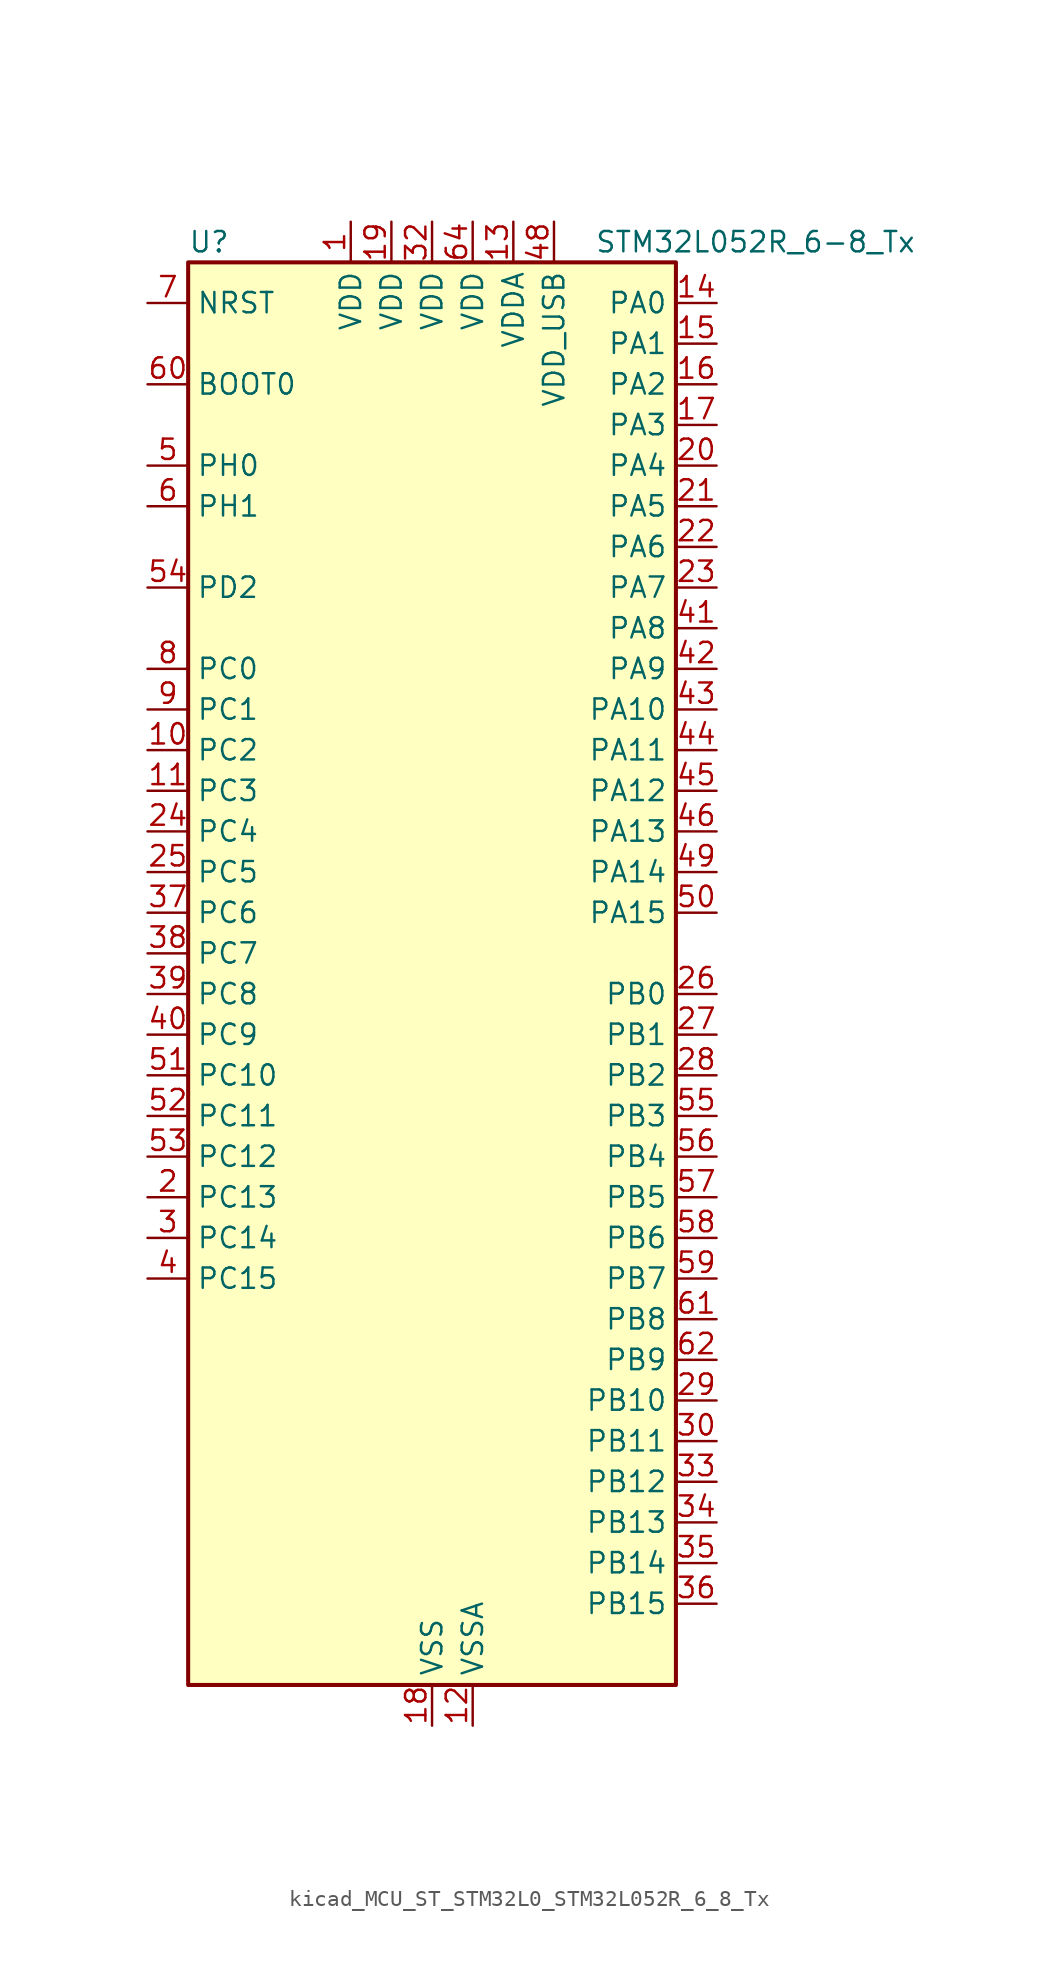
<source format=kicad_sym>
(kicad_symbol_lib
  (version 20220914)
  (generator kicad_symbol_editor)
  (symbol "kicad_MCU_ST_STM32L0_STM32L052R_6_8_Tx"
    (property "Reference" "U"
      (at -15.24 46.99 0)
      (effects (font (size 1.27 1.27)) (justify left)))
    (property "Value" "STM32L052R_6-8_Tx"
      (at 10.16 46.99 0)
      (effects (font (size 1.27 1.27)) (justify left)))
    (property "ki_locked" ""
      (at 0 0 0)
      (effects (font (size 1.27 1.27))))
    (symbol "kicad_MCU_ST_STM32L0_STM32L052R_6_8_Tx_0_1"
      (rectangle (start -15.24 -43.18) (end 15.24 45.72) (stroke (width 0.254) (type default)) (fill (type background))))
    (symbol "kicad_MCU_ST_STM32L0_STM32L052R_6_8_Tx_1_1"
      (pin power_in line (at -5.08 48.26 270) (length 2.54) (name "VDD" (effects (font (size 1.27 1.27)))) (number "1" (effects (font (size 1.27 1.27)))))
      (pin bidirectional line (at -17.78 15.24 0) (length 2.54) (name "PC2" (effects (font (size 1.27 1.27)))) (number "10" (effects (font (size 1.27 1.27)))) (alternate "ADC_IN12" bidirectional line) (alternate "I2S2_MCK" bidirectional line) (alternate "LPTIM1_IN2" bidirectional line) (alternate "SPI2_MISO" bidirectional line) (alternate "TSC_G7_IO3" bidirectional line))
      (pin bidirectional line (at -17.78 12.7 0) (length 2.54) (name "PC3" (effects (font (size 1.27 1.27)))) (number "11" (effects (font (size 1.27 1.27)))) (alternate "ADC_IN13" bidirectional line) (alternate "I2S2_SD" bidirectional line) (alternate "LPTIM1_ETR" bidirectional line) (alternate "SPI2_MOSI" bidirectional line) (alternate "TSC_G7_IO4" bidirectional line))
      (pin power_in line (at 2.54 -45.72 90) (length 2.54) (name "VSSA" (effects (font (size 1.27 1.27)))) (number "12" (effects (font (size 1.27 1.27)))))
      (pin power_in line (at 5.08 48.26 270) (length 2.54) (name "VDDA" (effects (font (size 1.27 1.27)))) (number "13" (effects (font (size 1.27 1.27)))))
      (pin bidirectional line (at 17.78 43.18 180) (length 2.54) (name "PA0" (effects (font (size 1.27 1.27)))) (number "14" (effects (font (size 1.27 1.27)))) (alternate "ADC_IN0" bidirectional line) (alternate "COMP1_INM" bidirectional line) (alternate "COMP1_OUT" bidirectional line) (alternate "RTC_TAMP2" bidirectional line) (alternate "SYS_WKUP1" bidirectional line) (alternate "TIM2_CH1" bidirectional line) (alternate "TIM2_ETR" bidirectional line) (alternate "TSC_G1_IO1" bidirectional line) (alternate "USART2_CTS" bidirectional line))
      (pin bidirectional line (at 17.78 40.64 180) (length 2.54) (name "PA1" (effects (font (size 1.27 1.27)))) (number "15" (effects (font (size 1.27 1.27)))) (alternate "ADC_IN1" bidirectional line) (alternate "COMP1_INP" bidirectional line) (alternate "TIM21_ETR" bidirectional line) (alternate "TIM2_CH2" bidirectional line) (alternate "TSC_G1_IO2" bidirectional line) (alternate "USART2_DE" bidirectional line) (alternate "USART2_RTS" bidirectional line))
      (pin bidirectional line (at 17.78 38.1 180) (length 2.54) (name "PA2" (effects (font (size 1.27 1.27)))) (number "16" (effects (font (size 1.27 1.27)))) (alternate "ADC_IN2" bidirectional line) (alternate "COMP2_INM" bidirectional line) (alternate "COMP2_OUT" bidirectional line) (alternate "TIM21_CH1" bidirectional line) (alternate "TIM2_CH3" bidirectional line) (alternate "TSC_G1_IO3" bidirectional line) (alternate "USART2_TX" bidirectional line))
      (pin bidirectional line (at 17.78 35.56 180) (length 2.54) (name "PA3" (effects (font (size 1.27 1.27)))) (number "17" (effects (font (size 1.27 1.27)))) (alternate "ADC_IN3" bidirectional line) (alternate "COMP2_INP" bidirectional line) (alternate "TIM21_CH2" bidirectional line) (alternate "TIM2_CH4" bidirectional line) (alternate "TSC_G1_IO4" bidirectional line) (alternate "USART2_RX" bidirectional line))
      (pin power_in line (at 0 -45.72 90) (length 2.54) (name "VSS" (effects (font (size 1.27 1.27)))) (number "18" (effects (font (size 1.27 1.27)))))
      (pin power_in line (at -2.54 48.26 270) (length 2.54) (name "VDD" (effects (font (size 1.27 1.27)))) (number "19" (effects (font (size 1.27 1.27)))))
      (pin bidirectional line (at -17.78 -12.7 0) (length 2.54) (name "PC13" (effects (font (size 1.27 1.27)))) (number "2" (effects (font (size 1.27 1.27)))) (alternate "RTC_OUT_ALARM" bidirectional line) (alternate "RTC_OUT_CALIB" bidirectional line) (alternate "RTC_TAMP1" bidirectional line) (alternate "RTC_TS" bidirectional line) (alternate "SYS_WKUP2" bidirectional line))
      (pin bidirectional line (at 17.78 33.02 180) (length 2.54) (name "PA4" (effects (font (size 1.27 1.27)))) (number "20" (effects (font (size 1.27 1.27)))) (alternate "ADC_IN4" bidirectional line) (alternate "COMP1_INM" bidirectional line) (alternate "COMP2_INM" bidirectional line) (alternate "DAC_OUT1" bidirectional line) (alternate "SPI1_NSS" bidirectional line) (alternate "TIM22_ETR" bidirectional line) (alternate "TSC_G2_IO1" bidirectional line) (alternate "USART2_CK" bidirectional line))
      (pin bidirectional line (at 17.78 30.48 180) (length 2.54) (name "PA5" (effects (font (size 1.27 1.27)))) (number "21" (effects (font (size 1.27 1.27)))) (alternate "ADC_IN5" bidirectional line) (alternate "COMP1_INM" bidirectional line) (alternate "COMP2_INM" bidirectional line) (alternate "SPI1_SCK" bidirectional line) (alternate "TIM2_CH1" bidirectional line) (alternate "TIM2_ETR" bidirectional line) (alternate "TSC_G2_IO2" bidirectional line))
      (pin bidirectional line (at 17.78 27.94 180) (length 2.54) (name "PA6" (effects (font (size 1.27 1.27)))) (number "22" (effects (font (size 1.27 1.27)))) (alternate "ADC_IN6" bidirectional line) (alternate "COMP1_OUT" bidirectional line) (alternate "LPUART1_CTS" bidirectional line) (alternate "SPI1_MISO" bidirectional line) (alternate "TIM22_CH1" bidirectional line) (alternate "TSC_G2_IO3" bidirectional line))
      (pin bidirectional line (at 17.78 25.4 180) (length 2.54) (name "PA7" (effects (font (size 1.27 1.27)))) (number "23" (effects (font (size 1.27 1.27)))) (alternate "ADC_IN7" bidirectional line) (alternate "COMP2_OUT" bidirectional line) (alternate "SPI1_MOSI" bidirectional line) (alternate "TIM22_CH2" bidirectional line) (alternate "TSC_G2_IO4" bidirectional line))
      (pin bidirectional line (at -17.78 10.16 0) (length 2.54) (name "PC4" (effects (font (size 1.27 1.27)))) (number "24" (effects (font (size 1.27 1.27)))) (alternate "ADC_IN14" bidirectional line) (alternate "LPUART1_TX" bidirectional line))
      (pin bidirectional line (at -17.78 7.62 0) (length 2.54) (name "PC5" (effects (font (size 1.27 1.27)))) (number "25" (effects (font (size 1.27 1.27)))) (alternate "ADC_IN15" bidirectional line) (alternate "LPUART1_RX" bidirectional line) (alternate "TSC_G3_IO1" bidirectional line))
      (pin bidirectional line (at 17.78 0 180) (length 2.54) (name "PB0" (effects (font (size 1.27 1.27)))) (number "26" (effects (font (size 1.27 1.27)))) (alternate "ADC_IN8" bidirectional line) (alternate "SYS_VREF_OUT_PB0" bidirectional line) (alternate "TSC_G3_IO2" bidirectional line))
      (pin bidirectional line (at 17.78 -2.54 180) (length 2.54) (name "PB1" (effects (font (size 1.27 1.27)))) (number "27" (effects (font (size 1.27 1.27)))) (alternate "ADC_IN9" bidirectional line) (alternate "LPUART1_DE" bidirectional line) (alternate "LPUART1_RTS" bidirectional line) (alternate "SYS_VREF_OUT_PB1" bidirectional line) (alternate "TSC_G3_IO3" bidirectional line))
      (pin bidirectional line (at 17.78 -5.08 180) (length 2.54) (name "PB2" (effects (font (size 1.27 1.27)))) (number "28" (effects (font (size 1.27 1.27)))) (alternate "LPTIM1_OUT" bidirectional line) (alternate "TSC_G3_IO4" bidirectional line))
      (pin bidirectional line (at 17.78 -25.4 180) (length 2.54) (name "PB10" (effects (font (size 1.27 1.27)))) (number "29" (effects (font (size 1.27 1.27)))) (alternate "I2C2_SCL" bidirectional line) (alternate "LPUART1_TX" bidirectional line) (alternate "SPI2_SCK" bidirectional line) (alternate "TIM2_CH3" bidirectional line) (alternate "TSC_SYNC" bidirectional line))
      (pin bidirectional line (at -17.78 -15.24 0) (length 2.54) (name "PC14" (effects (font (size 1.27 1.27)))) (number "3" (effects (font (size 1.27 1.27)))) (alternate "RCC_OSC32_IN" bidirectional line))
      (pin bidirectional line (at 17.78 -27.94 180) (length 2.54) (name "PB11" (effects (font (size 1.27 1.27)))) (number "30" (effects (font (size 1.27 1.27)))) (alternate "ADC_EXTI11" bidirectional line) (alternate "I2C2_SDA" bidirectional line) (alternate "LPUART1_RX" bidirectional line) (alternate "TIM2_CH4" bidirectional line) (alternate "TSC_G6_IO1" bidirectional line))
      (pin passive line (at 0 -45.72 90) (length 2.54) hide (name "VSS" (effects (font (size 1.27 1.27)))) (number "31" (effects (font (size 1.27 1.27)))))
      (pin power_in line (at 0 48.26 270) (length 2.54) (name "VDD" (effects (font (size 1.27 1.27)))) (number "32" (effects (font (size 1.27 1.27)))))
      (pin bidirectional line (at 17.78 -30.48 180) (length 2.54) (name "PB12" (effects (font (size 1.27 1.27)))) (number "33" (effects (font (size 1.27 1.27)))) (alternate "I2S2_WS" bidirectional line) (alternate "LPUART1_DE" bidirectional line) (alternate "LPUART1_RTS" bidirectional line) (alternate "SPI2_NSS" bidirectional line) (alternate "TSC_G6_IO2" bidirectional line))
      (pin bidirectional line (at 17.78 -33.02 180) (length 2.54) (name "PB13" (effects (font (size 1.27 1.27)))) (number "34" (effects (font (size 1.27 1.27)))) (alternate "I2C2_SCL" bidirectional line) (alternate "I2S2_CK" bidirectional line) (alternate "LPUART1_CTS" bidirectional line) (alternate "SPI2_SCK" bidirectional line) (alternate "TIM21_CH1" bidirectional line) (alternate "TSC_G6_IO3" bidirectional line))
      (pin bidirectional line (at 17.78 -35.56 180) (length 2.54) (name "PB14" (effects (font (size 1.27 1.27)))) (number "35" (effects (font (size 1.27 1.27)))) (alternate "I2C2_SDA" bidirectional line) (alternate "I2S2_MCK" bidirectional line) (alternate "LPUART1_DE" bidirectional line) (alternate "LPUART1_RTS" bidirectional line) (alternate "RTC_OUT_ALARM" bidirectional line) (alternate "RTC_OUT_CALIB" bidirectional line) (alternate "SPI2_MISO" bidirectional line) (alternate "TIM21_CH2" bidirectional line) (alternate "TSC_G6_IO4" bidirectional line))
      (pin bidirectional line (at 17.78 -38.1 180) (length 2.54) (name "PB15" (effects (font (size 1.27 1.27)))) (number "36" (effects (font (size 1.27 1.27)))) (alternate "I2S2_SD" bidirectional line) (alternate "RTC_REFIN" bidirectional line) (alternate "SPI2_MOSI" bidirectional line))
      (pin bidirectional line (at -17.78 5.08 0) (length 2.54) (name "PC6" (effects (font (size 1.27 1.27)))) (number "37" (effects (font (size 1.27 1.27)))) (alternate "TIM22_CH1" bidirectional line) (alternate "TSC_G8_IO1" bidirectional line))
      (pin bidirectional line (at -17.78 2.54 0) (length 2.54) (name "PC7" (effects (font (size 1.27 1.27)))) (number "38" (effects (font (size 1.27 1.27)))) (alternate "TIM22_CH2" bidirectional line) (alternate "TSC_G8_IO2" bidirectional line))
      (pin bidirectional line (at -17.78 0 0) (length 2.54) (name "PC8" (effects (font (size 1.27 1.27)))) (number "39" (effects (font (size 1.27 1.27)))) (alternate "TIM22_ETR" bidirectional line) (alternate "TSC_G8_IO3" bidirectional line))
      (pin bidirectional line (at -17.78 -17.78 0) (length 2.54) (name "PC15" (effects (font (size 1.27 1.27)))) (number "4" (effects (font (size 1.27 1.27)))) (alternate "RCC_OSC32_OUT" bidirectional line))
      (pin bidirectional line (at -17.78 -2.54 0) (length 2.54) (name "PC9" (effects (font (size 1.27 1.27)))) (number "40" (effects (font (size 1.27 1.27)))) (alternate "DAC_EXTI9" bidirectional line) (alternate "TIM21_ETR" bidirectional line) (alternate "TSC_G8_IO4" bidirectional line) (alternate "USB_NOE" bidirectional line))
      (pin bidirectional line (at 17.78 22.86 180) (length 2.54) (name "PA8" (effects (font (size 1.27 1.27)))) (number "41" (effects (font (size 1.27 1.27)))) (alternate "CRS_SYNC" bidirectional line) (alternate "RCC_MCO" bidirectional line) (alternate "USART1_CK" bidirectional line))
      (pin bidirectional line (at 17.78 20.32 180) (length 2.54) (name "PA9" (effects (font (size 1.27 1.27)))) (number "42" (effects (font (size 1.27 1.27)))) (alternate "DAC_EXTI9" bidirectional line) (alternate "RCC_MCO" bidirectional line) (alternate "TSC_G4_IO1" bidirectional line) (alternate "USART1_TX" bidirectional line))
      (pin bidirectional line (at 17.78 17.78 180) (length 2.54) (name "PA10" (effects (font (size 1.27 1.27)))) (number "43" (effects (font (size 1.27 1.27)))) (alternate "TSC_G4_IO2" bidirectional line) (alternate "USART1_RX" bidirectional line))
      (pin bidirectional line (at 17.78 15.24 180) (length 2.54) (name "PA11" (effects (font (size 1.27 1.27)))) (number "44" (effects (font (size 1.27 1.27)))) (alternate "ADC_EXTI11" bidirectional line) (alternate "COMP1_OUT" bidirectional line) (alternate "SPI1_MISO" bidirectional line) (alternate "TSC_G4_IO3" bidirectional line) (alternate "USART1_CTS" bidirectional line) (alternate "USB_DM" bidirectional line))
      (pin bidirectional line (at 17.78 12.7 180) (length 2.54) (name "PA12" (effects (font (size 1.27 1.27)))) (number "45" (effects (font (size 1.27 1.27)))) (alternate "COMP2_OUT" bidirectional line) (alternate "SPI1_MOSI" bidirectional line) (alternate "TSC_G4_IO4" bidirectional line) (alternate "USART1_DE" bidirectional line) (alternate "USART1_RTS" bidirectional line) (alternate "USB_DP" bidirectional line))
      (pin bidirectional line (at 17.78 10.16 180) (length 2.54) (name "PA13" (effects (font (size 1.27 1.27)))) (number "46" (effects (font (size 1.27 1.27)))) (alternate "SYS_SWDIO" bidirectional line) (alternate "USB_NOE" bidirectional line))
      (pin passive line (at 0 -45.72 90) (length 2.54) hide (name "VSS" (effects (font (size 1.27 1.27)))) (number "47" (effects (font (size 1.27 1.27)))))
      (pin power_in line (at 7.62 48.26 270) (length 2.54) (name "VDD_USB" (effects (font (size 1.27 1.27)))) (number "48" (effects (font (size 1.27 1.27)))))
      (pin bidirectional line (at 17.78 7.62 180) (length 2.54) (name "PA14" (effects (font (size 1.27 1.27)))) (number "49" (effects (font (size 1.27 1.27)))) (alternate "SYS_SWCLK" bidirectional line) (alternate "USART2_TX" bidirectional line))
      (pin bidirectional line (at -17.78 33.02 0) (length 2.54) (name "PH0" (effects (font (size 1.27 1.27)))) (number "5" (effects (font (size 1.27 1.27)))) (alternate "CRS_SYNC" bidirectional line) (alternate "RCC_OSC_IN" bidirectional line))
      (pin bidirectional line (at 17.78 5.08 180) (length 2.54) (name "PA15" (effects (font (size 1.27 1.27)))) (number "50" (effects (font (size 1.27 1.27)))) (alternate "SPI1_NSS" bidirectional line) (alternate "TIM2_CH1" bidirectional line) (alternate "TIM2_ETR" bidirectional line) (alternate "USART2_RX" bidirectional line))
      (pin bidirectional line (at -17.78 -5.08 0) (length 2.54) (name "PC10" (effects (font (size 1.27 1.27)))) (number "51" (effects (font (size 1.27 1.27)))) (alternate "LPUART1_TX" bidirectional line))
      (pin bidirectional line (at -17.78 -7.62 0) (length 2.54) (name "PC11" (effects (font (size 1.27 1.27)))) (number "52" (effects (font (size 1.27 1.27)))) (alternate "ADC_EXTI11" bidirectional line) (alternate "LPUART1_RX" bidirectional line))
      (pin bidirectional line (at -17.78 -10.16 0) (length 2.54) (name "PC12" (effects (font (size 1.27 1.27)))) (number "53" (effects (font (size 1.27 1.27)))))
      (pin bidirectional line (at -17.78 25.4 0) (length 2.54) (name "PD2" (effects (font (size 1.27 1.27)))) (number "54" (effects (font (size 1.27 1.27)))) (alternate "LPUART1_DE" bidirectional line) (alternate "LPUART1_RTS" bidirectional line))
      (pin bidirectional line (at 17.78 -7.62 180) (length 2.54) (name "PB3" (effects (font (size 1.27 1.27)))) (number "55" (effects (font (size 1.27 1.27)))) (alternate "COMP2_INM" bidirectional line) (alternate "SPI1_SCK" bidirectional line) (alternate "TIM2_CH2" bidirectional line) (alternate "TSC_G5_IO1" bidirectional line))
      (pin bidirectional line (at 17.78 -10.16 180) (length 2.54) (name "PB4" (effects (font (size 1.27 1.27)))) (number "56" (effects (font (size 1.27 1.27)))) (alternate "COMP2_INP" bidirectional line) (alternate "SPI1_MISO" bidirectional line) (alternate "TIM22_CH1" bidirectional line) (alternate "TSC_G5_IO2" bidirectional line))
      (pin bidirectional line (at 17.78 -12.7 180) (length 2.54) (name "PB5" (effects (font (size 1.27 1.27)))) (number "57" (effects (font (size 1.27 1.27)))) (alternate "COMP2_INP" bidirectional line) (alternate "I2C1_SMBA" bidirectional line) (alternate "LPTIM1_IN1" bidirectional line) (alternate "SPI1_MOSI" bidirectional line) (alternate "TIM22_CH2" bidirectional line))
      (pin bidirectional line (at 17.78 -15.24 180) (length 2.54) (name "PB6" (effects (font (size 1.27 1.27)))) (number "58" (effects (font (size 1.27 1.27)))) (alternate "COMP2_INP" bidirectional line) (alternate "I2C1_SCL" bidirectional line) (alternate "LPTIM1_ETR" bidirectional line) (alternate "TSC_G5_IO3" bidirectional line) (alternate "USART1_TX" bidirectional line))
      (pin bidirectional line (at 17.78 -17.78 180) (length 2.54) (name "PB7" (effects (font (size 1.27 1.27)))) (number "59" (effects (font (size 1.27 1.27)))) (alternate "COMP2_INP" bidirectional line) (alternate "I2C1_SDA" bidirectional line) (alternate "LPTIM1_IN2" bidirectional line) (alternate "SYS_PVD_IN" bidirectional line) (alternate "TSC_G5_IO4" bidirectional line) (alternate "USART1_RX" bidirectional line))
      (pin bidirectional line (at -17.78 30.48 0) (length 2.54) (name "PH1" (effects (font (size 1.27 1.27)))) (number "6" (effects (font (size 1.27 1.27)))) (alternate "RCC_OSC_OUT" bidirectional line))
      (pin input line (at -17.78 38.1 0) (length 2.54) (name "BOOT0" (effects (font (size 1.27 1.27)))) (number "60" (effects (font (size 1.27 1.27)))))
      (pin bidirectional line (at 17.78 -20.32 180) (length 2.54) (name "PB8" (effects (font (size 1.27 1.27)))) (number "61" (effects (font (size 1.27 1.27)))) (alternate "I2C1_SCL" bidirectional line) (alternate "TSC_SYNC" bidirectional line))
      (pin bidirectional line (at 17.78 -22.86 180) (length 2.54) (name "PB9" (effects (font (size 1.27 1.27)))) (number "62" (effects (font (size 1.27 1.27)))) (alternate "DAC_EXTI9" bidirectional line) (alternate "I2C1_SDA" bidirectional line) (alternate "I2S2_WS" bidirectional line) (alternate "SPI2_NSS" bidirectional line))
      (pin passive line (at 0 -45.72 90) (length 2.54) hide (name "VSS" (effects (font (size 1.27 1.27)))) (number "63" (effects (font (size 1.27 1.27)))))
      (pin power_in line (at 2.54 48.26 270) (length 2.54) (name "VDD" (effects (font (size 1.27 1.27)))) (number "64" (effects (font (size 1.27 1.27)))))
      (pin input line (at -17.78 43.18 0) (length 2.54) (name "NRST" (effects (font (size 1.27 1.27)))) (number "7" (effects (font (size 1.27 1.27)))))
      (pin bidirectional line (at -17.78 20.32 0) (length 2.54) (name "PC0" (effects (font (size 1.27 1.27)))) (number "8" (effects (font (size 1.27 1.27)))) (alternate "ADC_IN10" bidirectional line) (alternate "LPTIM1_IN1" bidirectional line) (alternate "TSC_G7_IO1" bidirectional line))
      (pin bidirectional line (at -17.78 17.78 0) (length 2.54) (name "PC1" (effects (font (size 1.27 1.27)))) (number "9" (effects (font (size 1.27 1.27)))) (alternate "ADC_IN11" bidirectional line) (alternate "LPTIM1_OUT" bidirectional line) (alternate "TSC_G7_IO2" bidirectional line)))))
</source>
